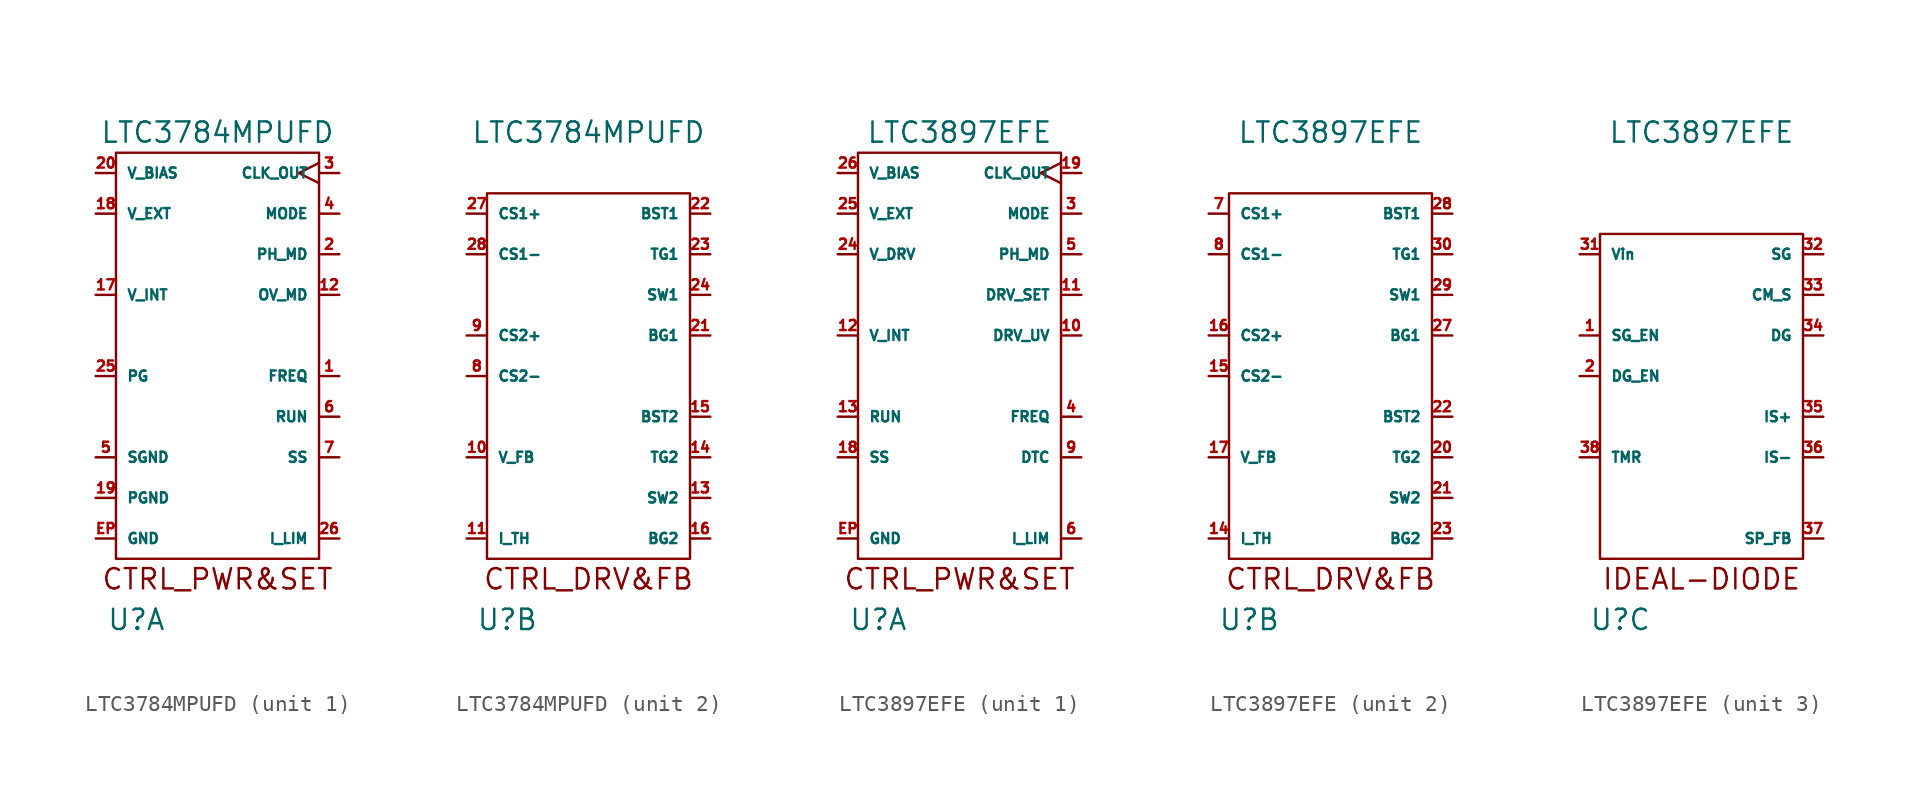
<source format=kicad_sym>
(kicad_symbol_lib
  (version 20211014)
  (generator kicad_symbol_editor)
  (symbol "LTC3784MPUFD"
    (pin_names
      (offset 0.635))
    (property "Reference" "U"
      (at -5.08 -15.24 0)
      (effects (font (size 1.27 1.27))))
    (property "Value" "LTC3784MPUFD"
      (at 0 15.24 0)
      (effects (font (size 1.27 1.27))))
    (property "ki_locked" ""
      (at 0 0 0)
      (effects (font (size 1.27 1.27))))
    (symbol "LTC3784MPUFD_1_0"
      (text "CTRL_PWR&SET" (at 0 -12.7 0) (effects (font (size 1.27 1.27)))))
    (symbol "LTC3784MPUFD_1_1"
      (rectangle (start -6.35 13.97) (end 6.35 -11.43) (stroke (width 0) (type default) (color 0 0 0 0)) (fill (type none)))
      (pin input line (at 7.62 0 180) (length 1.27) (name "FREQ" (effects (font (size 0.635 0.635)))) (number "1" (effects (font (size 0.635 0.635)))))
      (pin input line (at 7.62 5.08 180) (length 1.27) (name "OV_MD" (effects (font (size 0.635 0.635)))) (number "12" (effects (font (size 0.635 0.635)))))
      (pin power_out line (at -7.62 5.08 0) (length 1.27) (name "V_INT" (effects (font (size 0.635 0.635)))) (number "17" (effects (font (size 0.635 0.635)))))
      (pin power_in line (at -7.62 10.16 0) (length 1.27) (name "V_EXT" (effects (font (size 0.635 0.635)))) (number "18" (effects (font (size 0.635 0.635)))))
      (pin power_in line (at -7.62 -7.62 0) (length 1.27) (name "PGND" (effects (font (size 0.635 0.635)))) (number "19" (effects (font (size 0.635 0.635)))))
      (pin input line (at 7.62 7.62 180) (length 1.27) (name "PH_MD" (effects (font (size 0.635 0.635)))) (number "2" (effects (font (size 0.635 0.635)))))
      (pin power_in line (at -7.62 12.7 0) (length 1.27) (name "V_BIAS" (effects (font (size 0.635 0.635)))) (number "20" (effects (font (size 0.635 0.635)))))
      (pin output line (at -7.62 0 0) (length 1.27) (name "PG" (effects (font (size 0.635 0.635)))) (number "25" (effects (font (size 0.635 0.635)))))
      (pin input line (at 7.62 -10.16 180) (length 1.27) (name "I_LIM" (effects (font (size 0.635 0.635)))) (number "26" (effects (font (size 0.635 0.635)))))
      (pin output clock (at 7.62 12.7 180) (length 1.27) (name "CLK_OUT" (effects (font (size 0.635 0.635)))) (number "3" (effects (font (size 0.635 0.635)))))
      (pin input line (at 7.62 10.16 180) (length 1.27) (name "MODE" (effects (font (size 0.635 0.635)))) (number "4" (effects (font (size 0.635 0.635)))) (alternate "PLL_IN" input line))
      (pin power_in line (at -7.62 -5.08 0) (length 1.27) (name "SGND" (effects (font (size 0.635 0.635)))) (number "5" (effects (font (size 0.635 0.635)))))
      (pin input line (at 7.62 -2.54 180) (length 1.27) (name "RUN" (effects (font (size 0.635 0.635)))) (number "6" (effects (font (size 0.635 0.635)))))
      (pin input line (at 7.62 -5.08 180) (length 1.27) (name "SS" (effects (font (size 0.635 0.635)))) (number "7" (effects (font (size 0.635 0.635)))))
      (pin power_in line (at -7.62 -10.16 0) (length 1.27) (name "GND" (effects (font (size 0.635 0.635)))) (number "EP" (effects (font (size 0.635 0.635))))))
    (symbol "LTC3784MPUFD_2_0"
      (rectangle (start -6.35 11.43) (end 6.35 -11.43) (stroke (width 0) (type default) (color 0 0 0 0)) (fill (type none)))
      (text "CTRL_DRV&FB" (at 0 -12.7 0) (effects (font (size 1.27 1.27)))))
    (symbol "LTC3784MPUFD_2_1"
      (pin input line (at -7.62 -5.08 0) (length 1.27) (name "V_FB" (effects (font (size 0.635 0.635)))) (number "10" (effects (font (size 0.635 0.635)))))
      (pin output line (at -7.62 -10.16 0) (length 1.27) (name "I_TH" (effects (font (size 0.635 0.635)))) (number "11" (effects (font (size 0.635 0.635)))))
      (pin power_in line (at 7.62 -7.62 180) (length 1.27) (name "SW2" (effects (font (size 0.635 0.635)))) (number "13" (effects (font (size 0.635 0.635)))))
      (pin output line (at 7.62 -5.08 180) (length 1.27) (name "TG2" (effects (font (size 0.635 0.635)))) (number "14" (effects (font (size 0.635 0.635)))))
      (pin power_out line (at 7.62 -2.54 180) (length 1.27) (name "BST2" (effects (font (size 0.635 0.635)))) (number "15" (effects (font (size 0.635 0.635)))))
      (pin output line (at 7.62 -10.16 180) (length 1.27) (name "BG2" (effects (font (size 0.635 0.635)))) (number "16" (effects (font (size 0.635 0.635)))))
      (pin output line (at 7.62 2.54 180) (length 1.27) (name "BG1" (effects (font (size 0.635 0.635)))) (number "21" (effects (font (size 0.635 0.635)))))
      (pin power_out line (at 7.62 10.16 180) (length 1.27) (name "BST1" (effects (font (size 0.635 0.635)))) (number "22" (effects (font (size 0.635 0.635)))))
      (pin output line (at 7.62 7.62 180) (length 1.27) (name "TG1" (effects (font (size 0.635 0.635)))) (number "23" (effects (font (size 0.635 0.635)))))
      (pin power_in line (at 7.62 5.08 180) (length 1.27) (name "SW1" (effects (font (size 0.635 0.635)))) (number "24" (effects (font (size 0.635 0.635)))))
      (pin input line (at -7.62 10.16 0) (length 1.27) (name "CS1+" (effects (font (size 0.635 0.635)))) (number "27" (effects (font (size 0.635 0.635)))))
      (pin input line (at -7.62 7.62 0) (length 1.27) (name "CS1-" (effects (font (size 0.635 0.635)))) (number "28" (effects (font (size 0.635 0.635)))))
      (pin input line (at -7.62 0 0) (length 1.27) (name "CS2-" (effects (font (size 0.635 0.635)))) (number "8" (effects (font (size 0.635 0.635)))))
      (pin input line (at -7.62 2.54 0) (length 1.27) (name "CS2+" (effects (font (size 0.635 0.635)))) (number "9" (effects (font (size 0.635 0.635)))))))
  (symbol "LTC3897EFE"
    (pin_names
      (offset 0.635))
    (property "Reference" "U"
      (at -5.08 -15.24 0)
      (effects (font (size 1.27 1.27))))
    (property "Value" "LTC3897EFE"
      (at 0 15.24 0)
      (effects (font (size 1.27 1.27))))
    (property "ki_locked" ""
      (at 0 0 0)
      (effects (font (size 1.27 1.27))))
    (symbol "LTC3897EFE_1_0"
      (text "CTRL_PWR&SET" (at 0 -12.7 0) (effects (font (size 1.27 1.27)))))
    (symbol "LTC3897EFE_1_1"
      (rectangle (start -6.35 13.97) (end 6.35 -11.43) (stroke (width 0) (type default) (color 0 0 0 0)) (fill (type none)))
      (pin input line (at 7.62 2.54 180) (length 1.27) (name "DRV_UV" (effects (font (size 0.635 0.635)))) (number "10" (effects (font (size 0.635 0.635)))))
      (pin input line (at 7.62 5.08 180) (length 1.27) (name "DRV_SET" (effects (font (size 0.635 0.635)))) (number "11" (effects (font (size 0.635 0.635)))))
      (pin power_out line (at -7.62 2.54 0) (length 1.27) (name "V_INT" (effects (font (size 0.635 0.635)))) (number "12" (effects (font (size 0.635 0.635)))))
      (pin input line (at -7.62 -2.54 0) (length 1.27) (name "RUN" (effects (font (size 0.635 0.635)))) (number "13" (effects (font (size 0.635 0.635)))))
      (pin input line (at -7.62 -5.08 0) (length 1.27) (name "SS" (effects (font (size 0.635 0.635)))) (number "18" (effects (font (size 0.635 0.635)))))
      (pin output clock (at 7.62 12.7 180) (length 1.27) (name "CLK_OUT" (effects (font (size 0.635 0.635)))) (number "19" (effects (font (size 0.635 0.635)))))
      (pin power_in line (at -7.62 7.62 0) (length 1.27) (name "V_DRV" (effects (font (size 0.635 0.635)))) (number "24" (effects (font (size 0.635 0.635)))))
      (pin power_in line (at -7.62 10.16 0) (length 1.27) (name "V_EXT" (effects (font (size 0.635 0.635)))) (number "25" (effects (font (size 0.635 0.635)))))
      (pin power_in line (at -7.62 12.7 0) (length 1.27) (name "V_BIAS" (effects (font (size 0.635 0.635)))) (number "26" (effects (font (size 0.635 0.635)))))
      (pin input line (at 7.62 10.16 180) (length 1.27) (name "MODE" (effects (font (size 0.635 0.635)))) (number "3" (effects (font (size 0.635 0.635)))) (alternate "PLL_IN" input line))
      (pin input line (at 7.62 -2.54 180) (length 1.27) (name "FREQ" (effects (font (size 0.635 0.635)))) (number "4" (effects (font (size 0.635 0.635)))))
      (pin input line (at 7.62 7.62 180) (length 1.27) (name "PH_MD" (effects (font (size 0.635 0.635)))) (number "5" (effects (font (size 0.635 0.635)))))
      (pin input line (at 7.62 -10.16 180) (length 1.27) (name "I_LIM" (effects (font (size 0.635 0.635)))) (number "6" (effects (font (size 0.635 0.635)))))
      (pin input line (at 7.62 -5.08 180) (length 1.27) (name "DTC" (effects (font (size 0.635 0.635)))) (number "9" (effects (font (size 0.635 0.635)))))
      (pin power_in line (at -7.62 -10.16 0) (length 1.27) (name "GND" (effects (font (size 0.635 0.635)))) (number "EP" (effects (font (size 0.635 0.635))))))
    (symbol "LTC3897EFE_2_0"
      (rectangle (start -6.35 11.43) (end 6.35 -11.43) (stroke (width 0) (type default) (color 0 0 0 0)) (fill (type none)))
      (text "CTRL_DRV&FB" (at 0 -12.7 0) (effects (font (size 1.27 1.27)))))
    (symbol "LTC3897EFE_2_1"
      (pin output line (at -7.62 -10.16 0) (length 1.27) (name "I_TH" (effects (font (size 0.635 0.635)))) (number "14" (effects (font (size 0.635 0.635)))))
      (pin input line (at -7.62 0 0) (length 1.27) (name "CS2-" (effects (font (size 0.635 0.635)))) (number "15" (effects (font (size 0.635 0.635)))))
      (pin input line (at -7.62 2.54 0) (length 1.27) (name "CS2+" (effects (font (size 0.635 0.635)))) (number "16" (effects (font (size 0.635 0.635)))))
      (pin input line (at -7.62 -5.08 0) (length 1.27) (name "V_FB" (effects (font (size 0.635 0.635)))) (number "17" (effects (font (size 0.635 0.635)))))
      (pin output line (at 7.62 -5.08 180) (length 1.27) (name "TG2" (effects (font (size 0.635 0.635)))) (number "20" (effects (font (size 0.635 0.635)))))
      (pin power_in line (at 7.62 -7.62 180) (length 1.27) (name "SW2" (effects (font (size 0.635 0.635)))) (number "21" (effects (font (size 0.635 0.635)))))
      (pin power_out line (at 7.62 -2.54 180) (length 1.27) (name "BST2" (effects (font (size 0.635 0.635)))) (number "22" (effects (font (size 0.635 0.635)))))
      (pin output line (at 7.62 -10.16 180) (length 1.27) (name "BG2" (effects (font (size 0.635 0.635)))) (number "23" (effects (font (size 0.635 0.635)))))
      (pin output line (at 7.62 2.54 180) (length 1.27) (name "BG1" (effects (font (size 0.635 0.635)))) (number "27" (effects (font (size 0.635 0.635)))))
      (pin power_out line (at 7.62 10.16 180) (length 1.27) (name "BST1" (effects (font (size 0.635 0.635)))) (number "28" (effects (font (size 0.635 0.635)))))
      (pin power_in line (at 7.62 5.08 180) (length 1.27) (name "SW1" (effects (font (size 0.635 0.635)))) (number "29" (effects (font (size 0.635 0.635)))))
      (pin output line (at 7.62 7.62 180) (length 1.27) (name "TG1" (effects (font (size 0.635 0.635)))) (number "30" (effects (font (size 0.635 0.635)))))
      (pin input line (at -7.62 10.16 0) (length 1.27) (name "CS1+" (effects (font (size 0.635 0.635)))) (number "7" (effects (font (size 0.635 0.635)))))
      (pin input line (at -7.62 7.62 0) (length 1.27) (name "CS1-" (effects (font (size 0.635 0.635)))) (number "8" (effects (font (size 0.635 0.635))))))
    (symbol "LTC3897EFE_3_0"
      (text "IDEAL-DIODE" (at 0 -12.7 0) (effects (font (size 1.27 1.27)))))
    (symbol "LTC3897EFE_3_1"
      (rectangle (start -6.35 8.89) (end 6.35 -11.43) (stroke (width 0) (type default) (color 0 0 0 0)) (fill (type none)))
      (pin input line (at -7.62 2.54 0) (length 1.27) (name "SG_EN" (effects (font (size 0.635 0.635)))) (number "1" (effects (font (size 0.635 0.635)))))
      (pin input line (at -7.62 0 0) (length 1.27) (name "DG_EN" (effects (font (size 0.635 0.635)))) (number "2" (effects (font (size 0.635 0.635)))))
      (pin power_in line (at -7.62 7.62 0) (length 1.27) (name "Vin" (effects (font (size 0.635 0.635)))) (number "31" (effects (font (size 0.635 0.635)))))
      (pin output line (at 7.62 7.62 180) (length 1.27) (name "SG" (effects (font (size 0.635 0.635)))) (number "32" (effects (font (size 0.635 0.635)))))
      (pin input line (at 7.62 5.08 180) (length 1.27) (name "CM_S" (effects (font (size 0.635 0.635)))) (number "33" (effects (font (size 0.635 0.635)))))
      (pin output line (at 7.62 2.54 180) (length 1.27) (name "DG" (effects (font (size 0.635 0.635)))) (number "34" (effects (font (size 0.635 0.635)))))
      (pin input line (at 7.62 -2.54 180) (length 1.27) (name "IS+" (effects (font (size 0.635 0.635)))) (number "35" (effects (font (size 0.635 0.635)))))
      (pin input line (at 7.62 -5.08 180) (length 1.27) (name "IS-" (effects (font (size 0.635 0.635)))) (number "36" (effects (font (size 0.635 0.635)))))
      (pin input line (at 7.62 -10.16 180) (length 1.27) (name "SP_FB" (effects (font (size 0.635 0.635)))) (number "37" (effects (font (size 0.635 0.635)))))
      (pin input line (at -7.62 -5.08 0) (length 1.27) (name "TMR" (effects (font (size 0.635 0.635)))) (number "38" (effects (font (size 0.635 0.635))))))))
</source>
